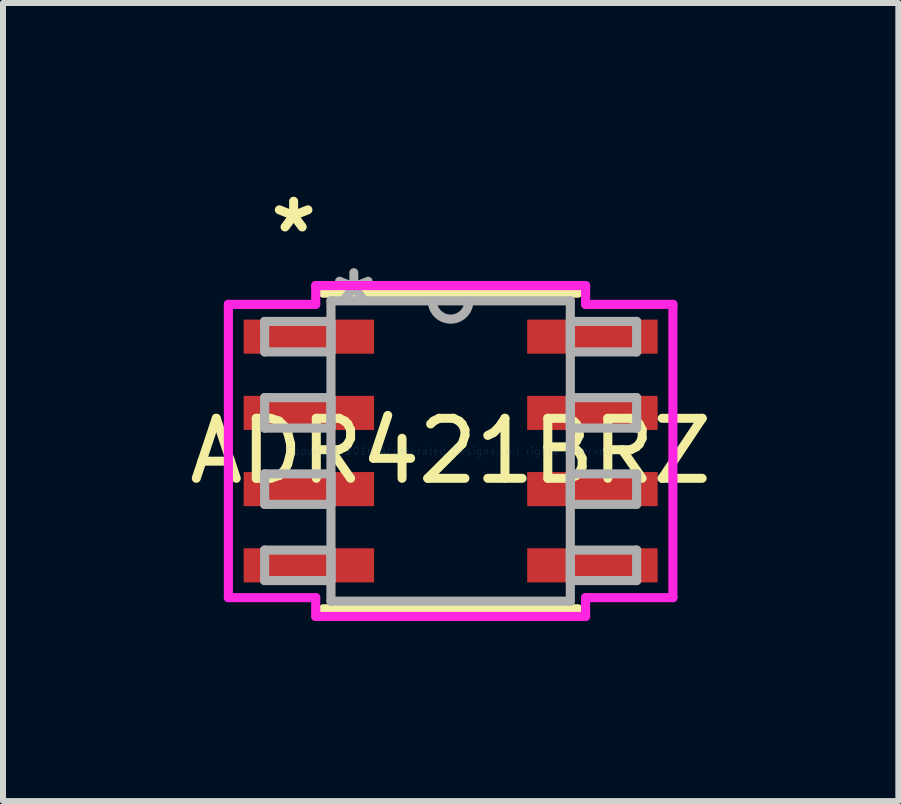
<source format=kicad_pcb>
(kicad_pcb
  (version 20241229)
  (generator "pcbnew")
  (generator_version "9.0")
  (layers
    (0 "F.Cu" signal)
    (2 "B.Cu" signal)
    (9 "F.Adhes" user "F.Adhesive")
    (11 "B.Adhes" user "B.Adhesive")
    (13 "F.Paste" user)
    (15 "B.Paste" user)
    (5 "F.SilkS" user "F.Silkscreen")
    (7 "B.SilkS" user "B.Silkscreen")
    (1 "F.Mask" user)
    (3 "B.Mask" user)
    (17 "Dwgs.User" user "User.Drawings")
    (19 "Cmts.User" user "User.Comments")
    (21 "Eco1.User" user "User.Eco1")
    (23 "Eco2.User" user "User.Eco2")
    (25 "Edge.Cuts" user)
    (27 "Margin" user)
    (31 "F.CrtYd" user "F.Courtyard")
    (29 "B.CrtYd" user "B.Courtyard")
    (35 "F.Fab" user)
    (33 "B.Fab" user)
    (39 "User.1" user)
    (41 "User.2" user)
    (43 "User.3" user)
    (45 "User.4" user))
  (footprint "ADR421BRZ"
    (layer "F.Cu")
    (at 4.458 4.464)
    (property "Reference" "ADR421BRZ" (at 0 0 0) (layer "F.SilkS") (effects (font (size 1 1) (thickness 0.15))))
    (attr through_hole)
    (fp_line (start -2.121 2.629) (end 2.121 2.629) (stroke (width 0.152) (type solid)) (layer "F.SilkS"))
    (fp_line (start 2.121 -2.629) (end -2.121 -2.629) (stroke (width 0.152) (type solid)) (layer "F.SilkS"))
    (fp_line (start -3.703 -2.443) (end -2.248 -2.443) (stroke (width 0.152) (type solid)) (layer "F.CrtYd"))
    (fp_line (start -3.703 2.443) (end -3.703 -2.443) (stroke (width 0.152) (type solid)) (layer "F.CrtYd"))
    (fp_line (start -2.248 -2.756) (end 2.248 -2.756) (stroke (width 0.152) (type solid)) (layer "F.CrtYd"))
    (fp_line (start -2.248 -2.443) (end -2.248 -2.756) (stroke (width 0.152) (type solid)) (layer "F.CrtYd"))
    (fp_line (start -2.248 2.443) (end -3.703 2.443) (stroke (width 0.152) (type solid)) (layer "F.CrtYd"))
    (fp_line (start -2.248 2.756) (end -2.248 2.443) (stroke (width 0.152) (type solid)) (layer "F.CrtYd"))
    (fp_line (start 2.248 -2.756) (end 2.248 -2.443) (stroke (width 0.152) (type solid)) (layer "F.CrtYd"))
    (fp_line (start 2.248 -2.443) (end 3.703 -2.443) (stroke (width 0.152) (type solid)) (layer "F.CrtYd"))
    (fp_line (start 2.248 2.443) (end 2.248 2.756) (stroke (width 0.152) (type solid)) (layer "F.CrtYd"))
    (fp_line (start 2.248 2.756) (end -2.248 2.756) (stroke (width 0.152) (type solid)) (layer "F.CrtYd"))
    (fp_line (start 3.703 -2.443) (end 3.703 2.443) (stroke (width 0.152) (type solid)) (layer "F.CrtYd"))
    (fp_line (start 3.703 2.443) (end 2.248 2.443) (stroke (width 0.152) (type solid)) (layer "F.CrtYd"))
    (fp_line (start -3.099 -2.159) (end -3.099 -1.651) (stroke (width 0.152) (type solid)) (layer "F.Fab"))
    (fp_line (start -3.099 -1.651) (end -1.994 -1.651) (stroke (width 0.152) (type solid)) (layer "F.Fab"))
    (fp_line (start -3.099 -0.889) (end -3.099 -0.381) (stroke (width 0.152) (type solid)) (layer "F.Fab"))
    (fp_line (start -3.099 -0.381) (end -1.994 -0.381) (stroke (width 0.152) (type solid)) (layer "F.Fab"))
    (fp_line (start -3.099 0.381) (end -3.099 0.889) (stroke (width 0.152) (type solid)) (layer "F.Fab"))
    (fp_line (start -3.099 0.889) (end -1.994 0.889) (stroke (width 0.152) (type solid)) (layer "F.Fab"))
    (fp_line (start -3.099 1.651) (end -3.099 2.159) (stroke (width 0.152) (type solid)) (layer "F.Fab"))
    (fp_line (start -3.099 2.159) (end -1.994 2.159) (stroke (width 0.152) (type solid)) (layer "F.Fab"))
    (fp_line (start -1.994 -2.502) (end -1.994 2.502) (stroke (width 0.152) (type solid)) (layer "F.Fab"))
    (fp_line (start -1.994 -2.159) (end -3.099 -2.159) (stroke (width 0.152) (type solid)) (layer "F.Fab"))
    (fp_line (start -1.994 -1.651) (end -1.994 -2.159) (stroke (width 0.152) (type solid)) (layer "F.Fab"))
    (fp_line (start -1.994 -0.889) (end -3.099 -0.889) (stroke (width 0.152) (type solid)) (layer "F.Fab"))
    (fp_line (start -1.994 -0.381) (end -1.994 -0.889) (stroke (width 0.152) (type solid)) (layer "F.Fab"))
    (fp_line (start -1.994 0.381) (end -3.099 0.381) (stroke (width 0.152) (type solid)) (layer "F.Fab"))
    (fp_line (start -1.994 0.889) (end -1.994 0.381) (stroke (width 0.152) (type solid)) (layer "F.Fab"))
    (fp_line (start -1.994 1.651) (end -3.099 1.651) (stroke (width 0.152) (type solid)) (layer "F.Fab"))
    (fp_line (start -1.994 2.159) (end -1.994 1.651) (stroke (width 0.152) (type solid)) (layer "F.Fab"))
    (fp_line (start -1.994 2.502) (end 1.994 2.502) (stroke (width 0.152) (type solid)) (layer "F.Fab"))
    (fp_line (start 1.994 -2.502) (end -1.994 -2.502) (stroke (width 0.152) (type solid)) (layer "F.Fab"))
    (fp_line (start 1.994 -2.159) (end 1.994 -1.651) (stroke (width 0.152) (type solid)) (layer "F.Fab"))
    (fp_line (start 1.994 -1.651) (end 3.099 -1.651) (stroke (width 0.152) (type solid)) (layer "F.Fab"))
    (fp_line (start 1.994 -0.889) (end 1.994 -0.381) (stroke (width 0.152) (type solid)) (layer "F.Fab"))
    (fp_line (start 1.994 -0.381) (end 3.099 -0.381) (stroke (width 0.152) (type solid)) (layer "F.Fab"))
    (fp_line (start 1.994 0.381) (end 1.994 0.889) (stroke (width 0.152) (type solid)) (layer "F.Fab"))
    (fp_line (start 1.994 0.889) (end 3.099 0.889) (stroke (width 0.152) (type solid)) (layer "F.Fab"))
    (fp_line (start 1.994 1.651) (end 1.994 2.159) (stroke (width 0.152) (type solid)) (layer "F.Fab"))
    (fp_line (start 1.994 2.159) (end 3.099 2.159) (stroke (width 0.152) (type solid)) (layer "F.Fab"))
    (fp_line (start 1.994 2.502) (end 1.994 -2.502) (stroke (width 0.152) (type solid)) (layer "F.Fab"))
    (fp_line (start 3.099 -2.159) (end 1.994 -2.159) (stroke (width 0.152) (type solid)) (layer "F.Fab"))
    (fp_line (start 3.099 -1.651) (end 3.099 -2.159) (stroke (width 0.152) (type solid)) (layer "F.Fab"))
    (fp_line (start 3.099 -0.889) (end 1.994 -0.889) (stroke (width 0.152) (type solid)) (layer "F.Fab"))
    (fp_line (start 3.099 -0.381) (end 3.099 -0.889) (stroke (width 0.152) (type solid)) (layer "F.Fab"))
    (fp_line (start 3.099 0.381) (end 1.994 0.381) (stroke (width 0.152) (type solid)) (layer "F.Fab"))
    (fp_line (start 3.099 0.889) (end 3.099 0.381) (stroke (width 0.152) (type solid)) (layer "F.Fab"))
    (fp_line (start 3.099 1.651) (end 1.994 1.651) (stroke (width 0.152) (type solid)) (layer "F.Fab"))
    (fp_line (start 3.099 2.159) (end 3.099 1.651) (stroke (width 0.152) (type solid)) (layer "F.Fab"))
    (fp_arc (start 0.3048 -2.5019) (mid 0 -2.1971) (end -0.3048 -2.5019) (stroke (width 0.1524) (type solid)) (layer "F.Fab"))
    (fp_text user "*" (at -2.616 -3.616 0) (layer "F.SilkS") (effects (font (size 1 1) (thickness 0.15))))
    (fp_text user "Copyright 2016 Accelerated Designs. All rights reserved." (at 0 0 0) (layer "Cmts.User") (effects (font (size 0.127 0.127) (thickness 0.002))))
    (fp_text user "*" (at -1.613 -2.426 0) (layer "F.Fab") (effects (font (size 1 1) (thickness 0.15))))
    (pad "1" smd rect (at -2.362 -1.905) (size 2.173 0.568) (layers "F.Cu" "F.Mask" "F.Paste"))
    (pad "2" smd rect (at -2.362 -0.635) (size 2.173 0.568) (layers "F.Cu" "F.Mask" "F.Paste"))
    (pad "3" smd rect (at -2.362 0.635) (size 2.173 0.568) (layers "F.Cu" "F.Mask" "F.Paste"))
    (pad "4" smd rect (at -2.362 1.905) (size 2.173 0.568) (layers "F.Cu" "F.Mask" "F.Paste"))
    (pad "5" smd rect (at 2.362 1.905) (size 2.173 0.568) (layers "F.Cu" "F.Mask" "F.Paste"))
    (pad "6" smd rect (at 2.362 0.635) (size 2.173 0.568) (layers "F.Cu" "F.Mask" "F.Paste"))
    (pad "7" smd rect (at 2.362 -0.635) (size 2.173 0.568) (layers "F.Cu" "F.Mask" "F.Paste"))
    (pad "8" smd rect (at 2.362 -1.905) (size 2.173 0.568) (layers "F.Cu" "F.Mask" "F.Paste")))
  (gr_rect
    (start -3 -3)
    (end 11.917 10.296)
    (stroke (width 0.1) (type default))
    (fill no)
    (layer "Edge.Cuts")))
</source>
